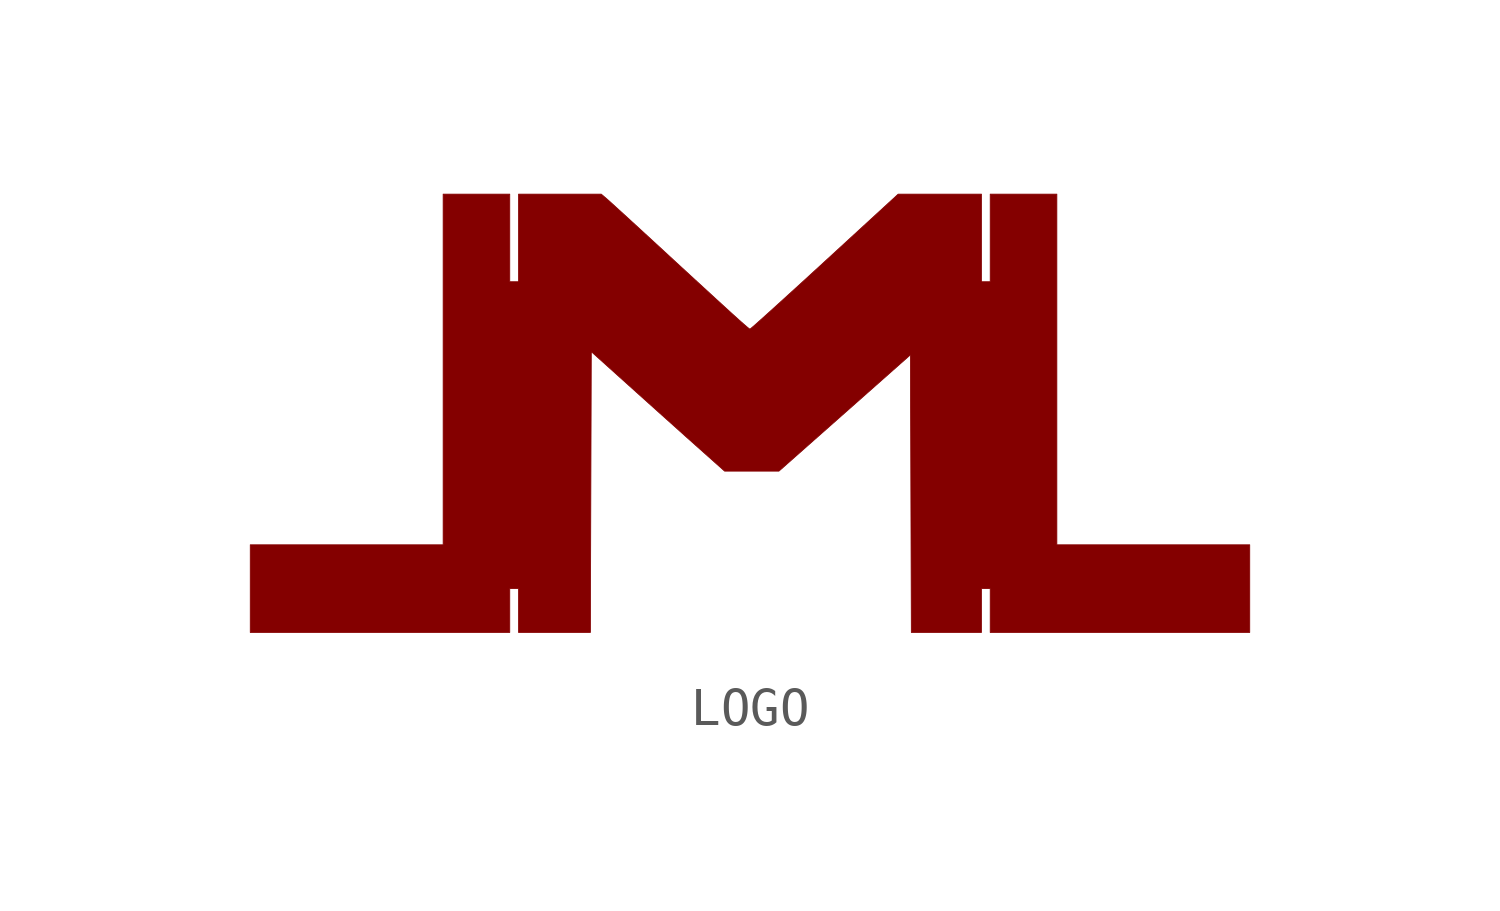
<source format=kicad_sym>
(kicad_symbol_lib
  (version 20220914)
  (generator bitmap2component)
  (symbol "LOGO"
    (pin_names
      (offset 1.016))
    (property "Reference" "#G"
      (at 0 5.201 0)
      (effects (font (size 1.27 1.27)) hide))
    (symbol "LOGO_0_0"
      (polyline (pts (xy -7.564 -5.253) (xy -7.564 -4.669) (xy -7.447 -4.669) (xy -7.33 -4.669) (xy -7.33 -5.253) (xy -7.33 -5.836) (xy -6.374 -5.836) (xy -5.417 -5.836) (xy -5.405 -2.098) (xy -5.393 1.64) (xy -4.391 0.739) (xy -4.181 0.55) (xy -3.851 0.254) (xy -3.509 -0.053) (xy -3.176 -0.351) (xy -2.872 -0.624) (xy -2.616 -0.852) (xy -1.844 -1.54) (xy -1.12 -1.54) (xy -0.397 -1.541) (xy 1.354 0.007) (xy 3.105 1.556) (xy 3.117 -2.14) (xy 3.129 -5.836) (xy 4.062 -5.836) (xy 4.996 -5.836) (xy 4.996 -5.253) (xy 4.996 -4.669) (xy 5.113 -4.669) (xy 5.229 -4.669) (xy 5.229 -5.253) (xy 5.229 -5.836) (xy 8.685 -5.836) (xy 12.14 -5.836) (xy 12.14 -4.669) (xy 12.14 -3.502) (xy 9.572 -3.502) (xy 7.004 -3.502) (xy 7.004 1.167) (xy 7.004 5.836) (xy 6.117 5.836) (xy 5.229 5.836) (xy 5.229 4.669) (xy 5.229 3.502) (xy 5.113 3.502) (xy 4.996 3.502) (xy 4.996 4.669) (xy 4.996 5.836) (xy 3.887 5.836) (xy 2.778 5.835) (xy 0.82 4.038) (xy 0.545 3.786) (xy 0.2 3.47) (xy -0.121 3.178) (xy -0.41 2.915) (xy -0.662 2.687) (xy -0.869 2.501) (xy -1.027 2.36) (xy -1.129 2.272) (xy -1.167 2.241) (xy -1.173 2.243) (xy -1.204 2.265) (xy -1.261 2.312) (xy -1.35 2.389) (xy -1.474 2.499) (xy -1.638 2.647) (xy -1.845 2.836) (xy -2.101 3.07) (xy -2.408 3.352) (xy -2.772 3.686) (xy -3.196 4.076) (xy -3.684 4.526) (xy -3.807 4.639) (xy -4.078 4.888) (xy -4.33 5.119) (xy -4.554 5.324) (xy -4.739 5.492) (xy -4.875 5.616) (xy -4.952 5.685) (xy -5.128 5.836) (xy -6.229 5.836) (xy -7.33 5.836) (xy -7.33 4.669) (xy -7.33 3.502) (xy -7.447 3.502) (xy -7.564 3.502) (xy -7.564 4.669) (xy -7.564 5.836) (xy -8.451 5.836) (xy -9.338 5.836) (xy -9.338 1.167) (xy -9.338 -3.502) (xy -11.906 -3.502) (xy -14.474 -3.502) (xy -14.474 -4.669) (xy -14.474 -5.836) (xy -11.019 -5.836) (xy -7.564 -5.836) (xy -7.564 -5.253)) (stroke (width 0.01) (type default)) (fill (type outline))))))
</source>
